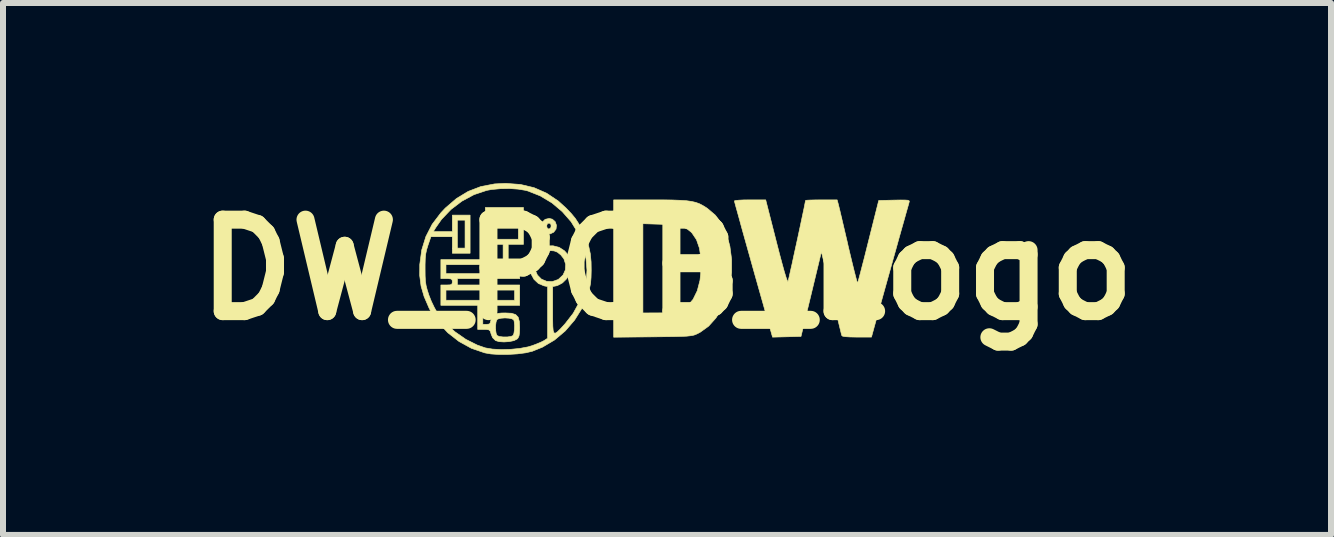
<source format=kicad_pcb>
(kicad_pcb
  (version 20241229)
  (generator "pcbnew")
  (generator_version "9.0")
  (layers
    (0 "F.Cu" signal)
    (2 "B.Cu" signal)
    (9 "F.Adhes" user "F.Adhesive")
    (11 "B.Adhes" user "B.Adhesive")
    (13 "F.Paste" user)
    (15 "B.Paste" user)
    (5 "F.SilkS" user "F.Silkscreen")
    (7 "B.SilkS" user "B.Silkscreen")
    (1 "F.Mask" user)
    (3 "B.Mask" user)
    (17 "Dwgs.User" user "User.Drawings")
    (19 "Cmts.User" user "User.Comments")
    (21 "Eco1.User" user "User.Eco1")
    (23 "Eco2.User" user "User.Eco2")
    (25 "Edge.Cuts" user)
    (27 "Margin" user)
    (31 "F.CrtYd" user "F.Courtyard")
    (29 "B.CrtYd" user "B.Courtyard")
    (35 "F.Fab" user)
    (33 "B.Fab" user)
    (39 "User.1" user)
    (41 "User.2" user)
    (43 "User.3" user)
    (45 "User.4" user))
  (footprint "DW_PCB_Logo"
    (layer "F.Cu")
    (at 8.063 1.444)
    (property "Reference" "DW_PCB_Logo" (at 0 0 0) (layer "F.SilkS") (effects (font (size 1.524 1.524) (thickness 0.3))))
    (attr through_hole exclude_from_bom)
    (fp_poly (pts (xy -0.079 -1.164) (xy 0.085 -1.162) (xy 0.217 -1.157) (xy 0.323 -1.15) (xy 0.408 -1.138) (xy 0.478 -1.122) (xy 0.539 -1.1) (xy 0.595 -1.071) (xy 0.653 -1.035) (xy 0.672 -1.022) (xy 0.805 -0.909) (xy 0.911 -0.767) (xy 0.992 -0.592) (xy 1.047 -0.393) (xy 1.076 -0.173) (xy 1.076 0.046) (xy 1.048 0.259) (xy 0.993 0.46) (xy 0.915 0.644) (xy 0.814 0.805) (xy 0.693 0.94) (xy 0.553 1.041) (xy 0.519 1.059) (xy 0.488 1.074) (xy 0.458 1.086) (xy 0.425 1.095) (xy 0.382 1.101) (xy 0.325 1.107) (xy 0.248 1.11) (xy 0.148 1.113) (xy 0.017 1.115) (xy -0.148 1.117) (xy -0.238 1.118) (xy -0.889 1.124) (xy -0.889 0.72) (xy -0.402 0.72) (xy -0.132 0.719) (xy -0.009 0.718) (xy 0.081 0.713) (xy 0.148 0.704) (xy 0.199 0.69) (xy 0.222 0.68) (xy 0.339 0.604) (xy 0.434 0.493) (xy 0.504 0.35) (xy 0.549 0.177) (xy 0.566 0.014) (xy 0.565 -0.187) (xy 0.54 -0.359) (xy 0.491 -0.5) (xy 0.418 -0.609) (xy 0.399 -0.629) (xy 0.342 -0.674) (xy 0.277 -0.707) (xy 0.196 -0.731) (xy 0.092 -0.746) (xy -0.043 -0.755) (xy -0.111 -0.758) (xy -0.402 -0.767) (xy -0.402 0.72) (xy -0.889 0.72) (xy -0.889 -1.164) (xy -0.279 -1.164) (xy -0.079 -1.164)) (stroke (width 0.01) (type solid)) (fill yes) (layer "F.SilkS"))
    (fp_poly (pts (xy 1.822 -0.465) (xy 1.874 -0.263) (xy 1.919 -0.095) (xy 1.955 0.035) (xy 1.984 0.129) (xy 2.004 0.183) (xy 2.014 0.198) (xy 2.015 0.197) (xy 2.022 0.17) (xy 2.037 0.108) (xy 2.057 0.017) (xy 2.083 -0.097) (xy 2.111 -0.228) (xy 2.142 -0.369) (xy 2.174 -0.515) (xy 2.205 -0.659) (xy 2.234 -0.796) (xy 2.26 -0.919) (xy 2.282 -1.022) (xy 2.297 -1.099) (xy 2.306 -1.145) (xy 2.307 -1.153) (xy 2.327 -1.158) (xy 2.381 -1.161) (xy 2.462 -1.163) (xy 2.56 -1.164) (xy 2.571 -1.164) (xy 2.834 -1.164) (xy 2.853 -1.095) (xy 2.862 -1.058) (xy 2.88 -0.985) (xy 2.904 -0.882) (xy 2.934 -0.755) (xy 2.968 -0.61) (xy 3.005 -0.453) (xy 3.017 -0.398) (xy 3.054 -0.242) (xy 3.088 -0.101) (xy 3.118 0.02) (xy 3.143 0.117) (xy 3.161 0.184) (xy 3.172 0.217) (xy 3.174 0.22) (xy 3.182 0.197) (xy 3.199 0.138) (xy 3.223 0.048) (xy 3.253 -0.068) (xy 3.289 -0.206) (xy 3.328 -0.361) (xy 3.356 -0.473) (xy 3.527 -1.154) (xy 3.786 -1.16) (xy 3.895 -1.162) (xy 3.968 -1.161) (xy 4.011 -1.158) (xy 4.032 -1.15) (xy 4.037 -1.138) (xy 4.034 -1.128) (xy 4.027 -1.1) (xy 4.009 -1.037) (xy 3.982 -0.942) (xy 3.948 -0.82) (xy 3.907 -0.676) (xy 3.862 -0.516) (xy 3.814 -0.343) (xy 3.763 -0.162) (xy 3.712 0.022) (xy 3.661 0.204) (xy 3.612 0.38) (xy 3.566 0.545) (xy 3.524 0.694) (xy 3.489 0.822) (xy 3.46 0.925) (xy 3.44 0.998) (xy 3.43 1.034) (xy 3.406 1.122) (xy 3.163 1.122) (xy 3.048 1.12) (xy 2.97 1.115) (xy 2.926 1.107) (xy 2.911 1.095) (xy 2.904 1.069) (xy 2.889 1.007) (xy 2.866 0.913) (xy 2.837 0.794) (xy 2.802 0.653) (xy 2.764 0.496) (xy 2.737 0.385) (xy 2.572 -0.299) (xy 2.402 0.406) (xy 2.232 1.111) (xy 1.995 1.117) (xy 1.758 1.123) (xy 1.726 1.011) (xy 1.689 0.881) (xy 1.646 0.73) (xy 1.599 0.563) (xy 1.548 0.383) (xy 1.495 0.195) (xy 1.441 0.004) (xy 1.388 -0.186) (xy 1.336 -0.371) (xy 1.287 -0.546) (xy 1.242 -0.707) (xy 1.203 -0.85) (xy 1.17 -0.969) (xy 1.144 -1.062) (xy 1.128 -1.122) (xy 1.122 -1.147) (xy 1.122 -1.147) (xy 1.142 -1.153) (xy 1.196 -1.159) (xy 1.276 -1.163) (xy 1.374 -1.164) (xy 1.383 -1.164) (xy 1.644 -1.164) (xy 1.822 -0.465)) (stroke (width 0.01) (type solid)) (fill yes) (layer "F.SilkS"))
    (fp_poly (pts (xy -2.392 -0.762) (xy -2.245 -0.762) (xy -2.152 -0.766) (xy -2.098 -0.778) (xy -2.081 -0.791) (xy -2.03 -0.84) (xy -1.963 -0.855) (xy -1.91 -0.842) (xy -1.863 -0.8) (xy -1.842 -0.74) (xy -1.849 -0.677) (xy -1.886 -0.628) (xy -1.887 -0.626) (xy -1.95 -0.596) (xy -2.009 -0.604) (xy -2.059 -0.635) (xy -2.103 -0.66) (xy -2.163 -0.674) (xy -2.251 -0.677) (xy -2.252 -0.677) (xy -2.392 -0.677) (xy -2.392 -0.423) (xy -2.646 -0.423) (xy -2.646 -0.169) (xy -2.455 -0.169) (xy -2.455 0.148) (xy -3.493 0.148) (xy -3.493 0.254) (xy -2.455 0.254) (xy -2.455 0.593) (xy -3.069 0.593) (xy -3.069 0.91) (xy -3.006 0.91) (xy -2.959 0.904) (xy -2.943 0.879) (xy -2.942 0.867) (xy -2.928 0.823) (xy -2.893 0.774) (xy -2.89 0.772) (xy -2.856 0.743) (xy -2.817 0.727) (xy -2.759 0.721) (xy -2.693 0.72) (xy -2.591 0.725) (xy -2.522 0.747) (xy -2.48 0.791) (xy -2.46 0.864) (xy -2.455 0.966) (xy -2.458 1.05) (xy -2.466 1.103) (xy -2.483 1.138) (xy -2.499 1.155) (xy -2.55 1.181) (xy -2.628 1.197) (xy -2.716 1.203) (xy -2.798 1.198) (xy -2.857 1.18) (xy -2.906 1.132) (xy -2.93 1.074) (xy -2.944 1.026) (xy -2.964 1.003) (xy -3.003 0.996) (xy -3.052 0.995) (xy -3.154 0.995) (xy -3.154 0.93) (xy -2.856 0.93) (xy -2.856 1.001) (xy -2.847 1.062) (xy -2.832 1.096) (xy -2.794 1.112) (xy -2.731 1.12) (xy -2.661 1.12) (xy -2.599 1.111) (xy -2.565 1.096) (xy -2.551 1.061) (xy -2.542 1) (xy -2.54 0.929) (xy -2.546 0.865) (xy -2.553 0.838) (xy -2.58 0.819) (xy -2.634 0.807) (xy -2.702 0.803) (xy -2.768 0.808) (xy -2.818 0.821) (xy -2.832 0.83) (xy -2.848 0.868) (xy -2.856 0.93) (xy -3.154 0.93) (xy -3.154 0.593) (xy -3.768 0.593) (xy -3.768 0.339) (xy -3.683 0.339) (xy -3.683 0.508) (xy -2.54 0.508) (xy -2.54 0.339) (xy -3.683 0.339) (xy -3.768 0.339) (xy -3.768 0.254) (xy -3.672 0.254) (xy -3.614 0.252) (xy -3.586 0.241) (xy -3.578 0.215) (xy -3.577 0.201) (xy -3.581 0.168) (xy -3.601 0.153) (xy -3.647 0.148) (xy -3.672 0.148) (xy -3.768 0.148) (xy -3.768 -0.085) (xy -3.683 -0.085) (xy -3.683 0.064) (xy -2.54 0.064) (xy -2.54 -0.085) (xy -3.683 -0.085) (xy -3.768 -0.085) (xy -3.768 -0.169) (xy -2.731 -0.169) (xy -2.731 -0.423) (xy -3.027 -0.423) (xy -3.027 -0.953) (xy -2.942 -0.953) (xy -2.942 -0.508) (xy -2.477 -0.508) (xy -2.477 -0.733) (xy -2.006 -0.733) (xy -1.997 -0.696) (xy -1.97 -0.677) (xy -1.968 -0.677) (xy -1.942 -0.694) (xy -1.933 -0.711) (xy -1.932 -0.75) (xy -1.953 -0.775) (xy -1.984 -0.774) (xy -1.992 -0.768) (xy -2.006 -0.733) (xy -2.477 -0.733) (xy -2.477 -0.953) (xy -2.942 -0.953) (xy -3.027 -0.953) (xy -3.027 -1.037) (xy -2.392 -1.037) (xy -2.392 -0.762)) (stroke (width 0.01) (type solid)) (fill yes) (layer "F.SilkS"))
    (fp_poly (pts (xy -2.442 -1.421) (xy -2.215 -1.367) (xy -2.006 -1.275) (xy -1.812 -1.145) (xy -1.682 -1.027) (xy -1.594 -0.935) (xy -1.528 -0.855) (xy -1.473 -0.77) (xy -1.419 -0.667) (xy -1.414 -0.656) (xy -1.349 -0.512) (xy -1.304 -0.387) (xy -1.278 -0.265) (xy -1.265 -0.13) (xy -1.263 0.011) (xy -1.266 0.132) (xy -1.274 0.227) (xy -1.291 0.312) (xy -1.317 0.404) (xy -1.32 0.413) (xy -1.413 0.636) (xy -1.54 0.839) (xy -1.695 1.019) (xy -1.875 1.171) (xy -2.076 1.29) (xy -2.244 1.358) (xy -2.354 1.384) (xy -2.493 1.402) (xy -2.645 1.411) (xy -2.797 1.412) (xy -2.934 1.403) (xy -3.037 1.385) (xy -3.259 1.309) (xy -3.466 1.195) (xy -3.653 1.049) (xy -3.814 0.875) (xy -3.944 0.678) (xy -3.966 0.635) (xy -4.047 0.447) (xy -4.098 0.272) (xy -4.121 0.095) (xy -4.12 -0.011) (xy -4.031 -0.011) (xy -4.03 0.105) (xy -4.025 0.192) (xy -4.014 0.264) (xy -3.996 0.334) (xy -3.969 0.418) (xy -3.967 0.424) (xy -3.927 0.525) (xy -3.878 0.627) (xy -3.831 0.712) (xy -3.823 0.726) (xy -3.694 0.887) (xy -3.534 1.033) (xy -3.353 1.159) (xy -3.162 1.255) (xy -3.027 1.302) (xy -2.908 1.322) (xy -2.764 1.33) (xy -2.607 1.326) (xy -2.453 1.311) (xy -2.315 1.285) (xy -2.248 1.265) (xy -2.166 1.234) (xy -2.093 1.203) (xy -2.044 1.178) (xy -2.042 1.176) (xy -1.99 1.142) (xy -1.99 0.28) (xy -2.048 0.269) (xy -2.142 0.23) (xy -2.216 0.161) (xy -2.266 0.07) (xy -2.288 -0.035) (xy -2.284 -0.086) (xy -2.206 -0.086) (xy -2.2 -0.005) (xy -2.16 0.088) (xy -2.093 0.156) (xy -2.007 0.193) (xy -1.913 0.197) (xy -1.817 0.164) (xy -1.805 0.156) (xy -1.733 0.088) (xy -1.694 0.003) (xy -1.689 -0.09) (xy -1.718 -0.181) (xy -1.769 -0.246) (xy -1.827 -0.293) (xy -1.882 -0.314) (xy -1.935 -0.318) (xy -2.038 -0.3) (xy -2.122 -0.25) (xy -2.179 -0.177) (xy -2.206 -0.086) (xy -2.284 -0.086) (xy -2.28 -0.145) (xy -2.253 -0.221) (xy -2.191 -0.307) (xy -2.105 -0.366) (xy -2.005 -0.397) (xy -1.899 -0.399) (xy -1.797 -0.373) (xy -1.709 -0.316) (xy -1.668 -0.27) (xy -1.631 -0.189) (xy -1.613 -0.088) (xy -1.616 0.016) (xy -1.629 0.071) (xy -1.673 0.151) (xy -1.742 0.219) (xy -1.823 0.262) (xy -1.844 0.268) (xy -1.905 0.28) (xy -1.905 0.681) (xy -1.905 0.83) (xy -1.903 0.94) (xy -1.897 1.013) (xy -1.884 1.051) (xy -1.862 1.058) (xy -1.827 1.035) (xy -1.778 0.987) (xy -1.711 0.914) (xy -1.695 0.896) (xy -1.564 0.727) (xy -1.459 0.536) (xy -1.383 0.333) (xy -1.341 0.128) (xy -1.334 0.007) (xy -1.349 -0.178) (xy -1.393 -0.374) (xy -1.461 -0.563) (xy -1.484 -0.614) (xy -1.598 -0.8) (xy -1.745 -0.968) (xy -1.918 -1.114) (xy -2.111 -1.23) (xy -2.315 -1.311) (xy -2.359 -1.323) (xy -2.481 -1.343) (xy -2.626 -1.353) (xy -2.779 -1.35) (xy -2.922 -1.337) (xy -3.004 -1.322) (xy -3.216 -1.251) (xy -3.417 -1.143) (xy -3.6 -1.004) (xy -3.758 -0.838) (xy -3.855 -0.699) (xy -3.894 -0.635) (xy -3.577 -0.635) (xy -3.577 -0.826) (xy -3.493 -0.826) (xy -3.493 -0.36) (xy -3.365 -0.36) (xy -3.365 -0.826) (xy -3.493 -0.826) (xy -3.577 -0.826) (xy -3.577 -0.91) (xy -3.281 -0.91) (xy -3.281 -0.275) (xy -3.577 -0.275) (xy -3.577 -0.55) (xy -3.755 -0.55) (xy -3.934 -0.55) (xy -3.983 -0.407) (xy -4.005 -0.335) (xy -4.02 -0.265) (xy -4.028 -0.186) (xy -4.031 -0.085) (xy -4.031 -0.011) (xy -4.12 -0.011) (xy -4.12 -0.085) (xy -4.087 -0.329) (xy -4.018 -0.552) (xy -3.913 -0.757) (xy -3.768 -0.948) (xy -3.694 -1.027) (xy -3.509 -1.186) (xy -3.313 -1.305) (xy -3.102 -1.386) (xy -2.873 -1.43) (xy -2.69 -1.439) (xy -2.442 -1.421)) (stroke (width 0.01) (type solid)) (fill yes) (layer "F.SilkS")))
  (gr_rect
    (start -3 -3)
    (end 19.125 5.862)
    (stroke (width 0.1) (type default))
    (fill no)
    (layer "Edge.Cuts")))
</source>
